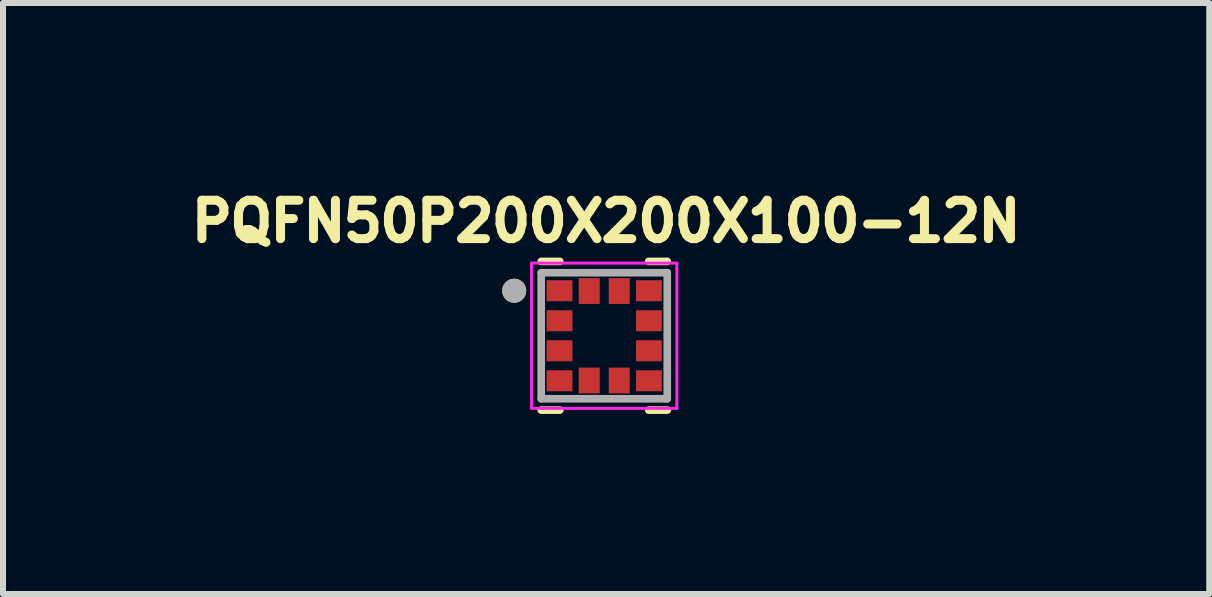
<source format=kicad_pcb>
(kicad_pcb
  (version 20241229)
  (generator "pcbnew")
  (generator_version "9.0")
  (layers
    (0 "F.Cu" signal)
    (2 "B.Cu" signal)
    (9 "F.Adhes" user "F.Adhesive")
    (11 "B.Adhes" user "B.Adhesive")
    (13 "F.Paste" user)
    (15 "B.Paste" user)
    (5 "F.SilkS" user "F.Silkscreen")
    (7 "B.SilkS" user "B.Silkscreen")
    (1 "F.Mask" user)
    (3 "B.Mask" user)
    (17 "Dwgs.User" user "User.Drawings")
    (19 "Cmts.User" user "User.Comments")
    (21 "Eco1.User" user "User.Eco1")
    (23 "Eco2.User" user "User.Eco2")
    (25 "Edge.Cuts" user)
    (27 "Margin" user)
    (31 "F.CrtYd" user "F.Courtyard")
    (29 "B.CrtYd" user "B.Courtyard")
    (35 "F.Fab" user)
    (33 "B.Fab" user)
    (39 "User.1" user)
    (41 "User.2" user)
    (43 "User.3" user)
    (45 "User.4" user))
  (footprint "PQFN50P200X200X100-12N"
    (layer "F.Cu")
    (at 7.017 2.544)
    (property "Reference" "PQFN50P200X200X100-12N" (at 0.032 -1.906 0) (layer "F.SilkS") (effects (font (size 0.64 0.64) (thickness 0.15))))
    (attr through_hole)
    (fp_line (start -0.74 -1.239) (end -1.05 -1.239) (stroke (width 0.127) (type solid)) (layer "F.SilkS"))
    (fp_line (start -0.74 1.239) (end -1.05 1.239) (stroke (width 0.127) (type solid)) (layer "F.SilkS"))
    (fp_line (start 0.74 -1.239) (end 1.05 -1.239) (stroke (width 0.127) (type solid)) (layer "F.SilkS"))
    (fp_line (start 0.74 1.239) (end 1.05 1.239) (stroke (width 0.127) (type solid)) (layer "F.SilkS"))
    (fp_circle (center -1.5 -0.75) (end -1.4 -0.75) (stroke (width 0.2) (type solid)) (fill no) (layer "F.SilkS"))
    (fp_line (start -1.21 -1.21) (end -1.21 1.21) (stroke (width 0.05) (type solid)) (layer "F.CrtYd"))
    (fp_line (start -1.21 1.21) (end 1.21 1.21) (stroke (width 0.05) (type solid)) (layer "F.CrtYd"))
    (fp_line (start 1.21 -1.21) (end -1.21 -1.21) (stroke (width 0.05) (type solid)) (layer "F.CrtYd"))
    (fp_line (start 1.21 1.21) (end 1.21 -1.21) (stroke (width 0.05) (type solid)) (layer "F.CrtYd"))
    (fp_line (start -1.05 -1.05) (end 1.05 -1.05) (stroke (width 0.127) (type solid)) (layer "F.Fab"))
    (fp_line (start -1.05 1.05) (end -1.05 -1.05) (stroke (width 0.127) (type solid)) (layer "F.Fab"))
    (fp_line (start 1.05 -1.05) (end 1.05 1.05) (stroke (width 0.127) (type solid)) (layer "F.Fab"))
    (fp_line (start 1.05 1.05) (end -1.05 1.05) (stroke (width 0.127) (type solid)) (layer "F.Fab"))
    (fp_circle (center -1.5 -0.75) (end -1.4 -0.75) (stroke (width 0.2) (type solid)) (fill no) (layer "F.Fab"))
    (pad "1" smd rect (at -0.745 -0.75) (size 0.43 0.35) (layers "F.Cu" "F.Mask" "F.Paste"))
    (pad "2" smd rect (at -0.745 -0.25) (size 0.43 0.35) (layers "F.Cu" "F.Mask" "F.Paste"))
    (pad "3" smd rect (at -0.745 0.25) (size 0.43 0.35) (layers "F.Cu" "F.Mask" "F.Paste"))
    (pad "4" smd rect (at -0.745 0.75) (size 0.43 0.35) (layers "F.Cu" "F.Mask" "F.Paste"))
    (pad "5" smd rect (at -0.25 0.745 90) (size 0.43 0.35) (layers "F.Cu" "F.Mask" "F.Paste"))
    (pad "6" smd rect (at 0.25 0.745 90) (size 0.43 0.35) (layers "F.Cu" "F.Mask" "F.Paste"))
    (pad "7" smd rect (at 0.745 0.75) (size 0.43 0.35) (layers "F.Cu" "F.Mask" "F.Paste"))
    (pad "8" smd rect (at 0.745 0.25) (size 0.43 0.35) (layers "F.Cu" "F.Mask" "F.Paste"))
    (pad "9" smd rect (at 0.745 -0.25) (size 0.43 0.35) (layers "F.Cu" "F.Mask" "F.Paste"))
    (pad "10" smd rect (at 0.745 -0.75) (size 0.43 0.35) (layers "F.Cu" "F.Mask" "F.Paste"))
    (pad "11" smd rect (at 0.25 -0.745 90) (size 0.43 0.35) (layers "F.Cu" "F.Mask" "F.Paste"))
    (pad "12" smd rect (at -0.25 -0.745 90) (size 0.43 0.35) (layers "F.Cu" "F.Mask" "F.Paste")))
  (gr_rect
    (start -3 -3)
    (end 17.097 6.847)
    (stroke (width 0.1) (type default))
    (fill no)
    (layer "Edge.Cuts")))
</source>
